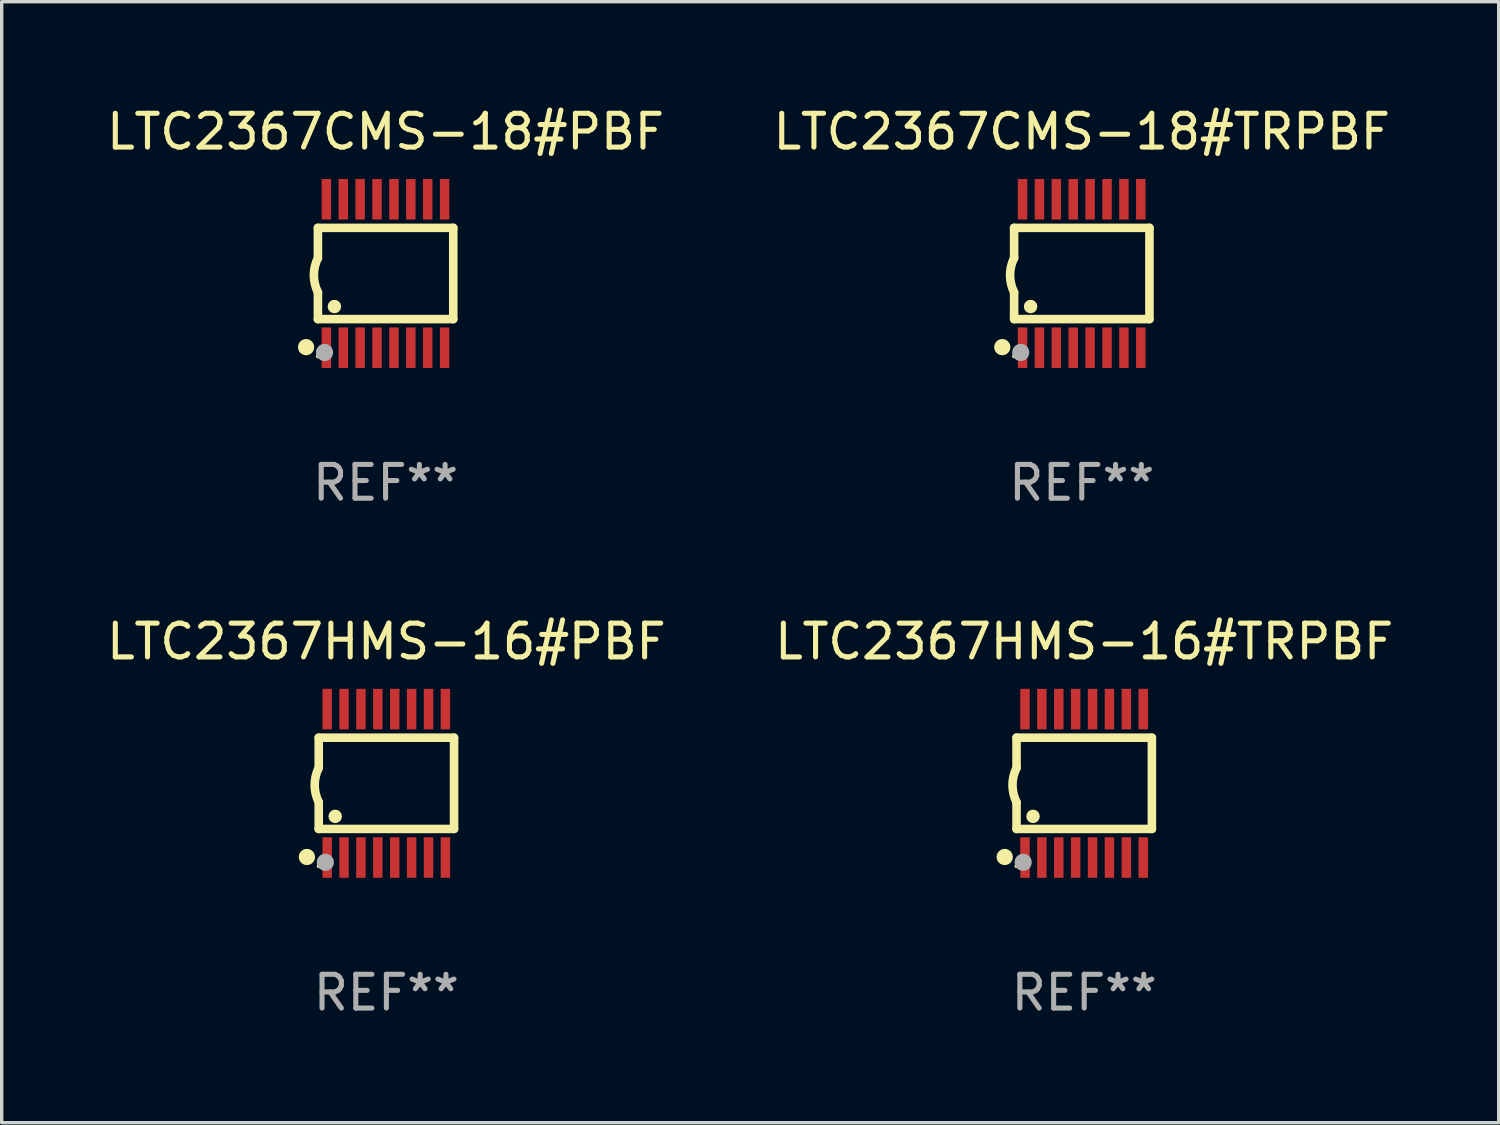
<source format=kicad_pcb>
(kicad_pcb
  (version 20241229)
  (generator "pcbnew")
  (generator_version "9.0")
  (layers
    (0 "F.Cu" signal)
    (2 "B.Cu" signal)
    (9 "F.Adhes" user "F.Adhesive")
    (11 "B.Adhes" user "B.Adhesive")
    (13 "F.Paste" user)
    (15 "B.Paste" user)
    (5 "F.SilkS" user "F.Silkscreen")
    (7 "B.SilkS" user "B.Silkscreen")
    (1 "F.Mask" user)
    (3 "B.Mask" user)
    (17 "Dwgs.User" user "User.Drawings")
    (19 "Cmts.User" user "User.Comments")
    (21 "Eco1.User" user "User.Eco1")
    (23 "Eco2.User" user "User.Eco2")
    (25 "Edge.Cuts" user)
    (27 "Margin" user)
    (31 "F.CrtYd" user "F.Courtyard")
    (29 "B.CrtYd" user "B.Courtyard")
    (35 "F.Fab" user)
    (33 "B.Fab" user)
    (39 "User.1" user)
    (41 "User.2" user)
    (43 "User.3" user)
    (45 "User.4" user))
  (footprint "LTC2367HMS-16#TRPBF"
    (layer "F.Cu")
    (at 29.042 20.136)
    (property "Reference" "LTC2367HMS-16#TRPBF" (at 0 -4.197 0) (layer "F.SilkS") (effects (font (size 1 1) (thickness 0.15))))
    (attr through_hole)
    (fp_line (start -2.003 -1.35) (end -2.003 -0.457) (stroke (width 0.254) (type solid)) (layer "F.SilkS"))
    (fp_line (start -2.003 -1.35) (end 2.003 -1.35) (stroke (width 0.254) (type solid)) (layer "F.SilkS"))
    (fp_line (start -2.003 1.35) (end -2.003 0.559) (stroke (width 0.254) (type solid)) (layer "F.SilkS"))
    (fp_line (start -2.003 1.35) (end 2.003 1.35) (stroke (width 0.254) (type solid)) (layer "F.SilkS"))
    (fp_line (start 2.003 -1.35) (end 2.003 1.35) (stroke (width 0.254) (type solid)) (layer "F.SilkS"))
    (fp_arc (start -2.002286 0.558802) (mid -2.122556 0.05092) (end -2.003302 -0.457201) (stroke (width 0.254001) (type solid)) (layer "F.SilkS"))
    (fp_circle (center -2.353 2.18) (end -2.233 2.18) (stroke (width 0.24) (type solid)) (fill no) (layer "F.SilkS"))
    (fp_circle (center -2.003 2.45) (end -1.973 2.45) (stroke (width 0.06) (type solid)) (fill no) (layer "F.SilkS"))
    (fp_circle (center -1.515 0.978) (end -1.415 0.978) (stroke (width 0.2) (type solid)) (fill no) (layer "F.SilkS"))
    (fp_circle (center -1.807 2.337) (end -1.68 2.337) (stroke (width 0.254) (type solid)) (fill no) (layer "F.Fab"))
    (fp_text user "REF**" (at 0 6.197 0) (layer "F.Fab") (effects (font (size 1 1) (thickness 0.15))))
    (pad "1" smd rect (at -1.753 2.197 90) (size 1.2 0.28) (layers "F.Cu" "F.Mask" "F.Paste"))
    (pad "2" smd rect (at -1.253 2.197 90) (size 1.2 0.28) (layers "F.Cu" "F.Mask" "F.Paste"))
    (pad "3" smd rect (at -0.753 2.197 90) (size 1.2 0.28) (layers "F.Cu" "F.Mask" "F.Paste"))
    (pad "4" smd rect (at -0.253 2.197 90) (size 1.2 0.28) (layers "F.Cu" "F.Mask" "F.Paste"))
    (pad "5" smd rect (at 0.247 2.197 90) (size 1.2 0.28) (layers "F.Cu" "F.Mask" "F.Paste"))
    (pad "6" smd rect (at 0.747 2.197 90) (size 1.2 0.28) (layers "F.Cu" "F.Mask" "F.Paste"))
    (pad "7" smd rect (at 1.247 2.197 90) (size 1.2 0.28) (layers "F.Cu" "F.Mask" "F.Paste"))
    (pad "8" smd rect (at 1.747 2.197 90) (size 1.2 0.28) (layers "F.Cu" "F.Mask" "F.Paste"))
    (pad "9" smd rect (at 1.747 -2.197 90) (size 1.2 0.28) (layers "F.Cu" "F.Mask" "F.Paste"))
    (pad "10" smd rect (at 1.247 -2.197 90) (size 1.2 0.28) (layers "F.Cu" "F.Mask" "F.Paste"))
    (pad "11" smd rect (at 0.747 -2.197 90) (size 1.2 0.28) (layers "F.Cu" "F.Mask" "F.Paste"))
    (pad "12" smd rect (at 0.247 -2.197 90) (size 1.2 0.28) (layers "F.Cu" "F.Mask" "F.Paste"))
    (pad "13" smd rect (at -0.253 -2.197 90) (size 1.2 0.28) (layers "F.Cu" "F.Mask" "F.Paste"))
    (pad "14" smd rect (at -0.753 -2.197 90) (size 1.2 0.28) (layers "F.Cu" "F.Mask" "F.Paste"))
    (pad "15" smd rect (at -1.253 -2.197 90) (size 1.2 0.28) (layers "F.Cu" "F.Mask" "F.Paste"))
    (pad "16" smd rect (at -1.753 -2.197 90) (size 1.2 0.28) (layers "F.Cu" "F.Mask" "F.Paste")))
  (footprint "LTC2367CMS-18#TRPBF"
    (layer "F.Cu")
    (at 28.97 5.045)
    (property "Reference" "LTC2367CMS-18#TRPBF" (at 0 -4.197 0) (layer "F.SilkS") (effects (font (size 1 1) (thickness 0.15))))
    (attr through_hole)
    (fp_line (start -2.003 -1.35) (end -2.003 -0.457) (stroke (width 0.254) (type solid)) (layer "F.SilkS"))
    (fp_line (start -2.003 -1.35) (end 2.003 -1.35) (stroke (width 0.254) (type solid)) (layer "F.SilkS"))
    (fp_line (start -2.003 1.35) (end -2.003 0.559) (stroke (width 0.254) (type solid)) (layer "F.SilkS"))
    (fp_line (start -2.003 1.35) (end 2.003 1.35) (stroke (width 0.254) (type solid)) (layer "F.SilkS"))
    (fp_line (start 2.003 -1.35) (end 2.003 1.35) (stroke (width 0.254) (type solid)) (layer "F.SilkS"))
    (fp_arc (start -2.002286 0.558802) (mid -2.122556 0.05092) (end -2.003302 -0.457201) (stroke (width 0.254001) (type solid)) (layer "F.SilkS"))
    (fp_circle (center -2.353 2.18) (end -2.233 2.18) (stroke (width 0.24) (type solid)) (fill no) (layer "F.SilkS"))
    (fp_circle (center -2.003 2.45) (end -1.973 2.45) (stroke (width 0.06) (type solid)) (fill no) (layer "F.SilkS"))
    (fp_circle (center -1.515 0.978) (end -1.415 0.978) (stroke (width 0.2) (type solid)) (fill no) (layer "F.SilkS"))
    (fp_circle (center -1.807 2.337) (end -1.68 2.337) (stroke (width 0.254) (type solid)) (fill no) (layer "F.Fab"))
    (fp_text user "REF**" (at 0 6.197 0) (layer "F.Fab") (effects (font (size 1 1) (thickness 0.15))))
    (pad "1" smd rect (at -1.753 2.197 90) (size 1.2 0.28) (layers "F.Cu" "F.Mask" "F.Paste"))
    (pad "2" smd rect (at -1.253 2.197 90) (size 1.2 0.28) (layers "F.Cu" "F.Mask" "F.Paste"))
    (pad "3" smd rect (at -0.753 2.197 90) (size 1.2 0.28) (layers "F.Cu" "F.Mask" "F.Paste"))
    (pad "4" smd rect (at -0.253 2.197 90) (size 1.2 0.28) (layers "F.Cu" "F.Mask" "F.Paste"))
    (pad "5" smd rect (at 0.247 2.197 90) (size 1.2 0.28) (layers "F.Cu" "F.Mask" "F.Paste"))
    (pad "6" smd rect (at 0.747 2.197 90) (size 1.2 0.28) (layers "F.Cu" "F.Mask" "F.Paste"))
    (pad "7" smd rect (at 1.247 2.197 90) (size 1.2 0.28) (layers "F.Cu" "F.Mask" "F.Paste"))
    (pad "8" smd rect (at 1.747 2.197 90) (size 1.2 0.28) (layers "F.Cu" "F.Mask" "F.Paste"))
    (pad "9" smd rect (at 1.747 -2.197 90) (size 1.2 0.28) (layers "F.Cu" "F.Mask" "F.Paste"))
    (pad "10" smd rect (at 1.247 -2.197 90) (size 1.2 0.28) (layers "F.Cu" "F.Mask" "F.Paste"))
    (pad "11" smd rect (at 0.747 -2.197 90) (size 1.2 0.28) (layers "F.Cu" "F.Mask" "F.Paste"))
    (pad "12" smd rect (at 0.247 -2.197 90) (size 1.2 0.28) (layers "F.Cu" "F.Mask" "F.Paste"))
    (pad "13" smd rect (at -0.253 -2.197 90) (size 1.2 0.28) (layers "F.Cu" "F.Mask" "F.Paste"))
    (pad "14" smd rect (at -0.753 -2.197 90) (size 1.2 0.28) (layers "F.Cu" "F.Mask" "F.Paste"))
    (pad "15" smd rect (at -1.253 -2.197 90) (size 1.2 0.28) (layers "F.Cu" "F.Mask" "F.Paste"))
    (pad "16" smd rect (at -1.753 -2.197 90) (size 1.2 0.28) (layers "F.Cu" "F.Mask" "F.Paste")))
  (footprint "LTC2367HMS-16#PBF"
    (layer "F.Cu")
    (at 8.387 20.136)
    (property "Reference" "LTC2367HMS-16#PBF" (at 0 -4.197 0) (layer "F.SilkS") (effects (font (size 1 1) (thickness 0.15))))
    (attr through_hole)
    (fp_line (start -2.003 -1.35) (end -2.003 -0.457) (stroke (width 0.254) (type solid)) (layer "F.SilkS"))
    (fp_line (start -2.003 -1.35) (end 2.003 -1.35) (stroke (width 0.254) (type solid)) (layer "F.SilkS"))
    (fp_line (start -2.003 1.35) (end -2.003 0.559) (stroke (width 0.254) (type solid)) (layer "F.SilkS"))
    (fp_line (start -2.003 1.35) (end 2.003 1.35) (stroke (width 0.254) (type solid)) (layer "F.SilkS"))
    (fp_line (start 2.003 -1.35) (end 2.003 1.35) (stroke (width 0.254) (type solid)) (layer "F.SilkS"))
    (fp_arc (start -2.002286 0.558802) (mid -2.122556 0.05092) (end -2.003302 -0.457201) (stroke (width 0.254001) (type solid)) (layer "F.SilkS"))
    (fp_circle (center -2.353 2.18) (end -2.233 2.18) (stroke (width 0.24) (type solid)) (fill no) (layer "F.SilkS"))
    (fp_circle (center -2.003 2.45) (end -1.973 2.45) (stroke (width 0.06) (type solid)) (fill no) (layer "F.SilkS"))
    (fp_circle (center -1.515 0.978) (end -1.415 0.978) (stroke (width 0.2) (type solid)) (fill no) (layer "F.SilkS"))
    (fp_circle (center -1.807 2.337) (end -1.68 2.337) (stroke (width 0.254) (type solid)) (fill no) (layer "F.Fab"))
    (fp_text user "REF**" (at 0 6.197 0) (layer "F.Fab") (effects (font (size 1 1) (thickness 0.15))))
    (pad "1" smd rect (at -1.753 2.197 90) (size 1.2 0.28) (layers "F.Cu" "F.Mask" "F.Paste"))
    (pad "2" smd rect (at -1.253 2.197 90) (size 1.2 0.28) (layers "F.Cu" "F.Mask" "F.Paste"))
    (pad "3" smd rect (at -0.753 2.197 90) (size 1.2 0.28) (layers "F.Cu" "F.Mask" "F.Paste"))
    (pad "4" smd rect (at -0.253 2.197 90) (size 1.2 0.28) (layers "F.Cu" "F.Mask" "F.Paste"))
    (pad "5" smd rect (at 0.247 2.197 90) (size 1.2 0.28) (layers "F.Cu" "F.Mask" "F.Paste"))
    (pad "6" smd rect (at 0.747 2.197 90) (size 1.2 0.28) (layers "F.Cu" "F.Mask" "F.Paste"))
    (pad "7" smd rect (at 1.247 2.197 90) (size 1.2 0.28) (layers "F.Cu" "F.Mask" "F.Paste"))
    (pad "8" smd rect (at 1.747 2.197 90) (size 1.2 0.28) (layers "F.Cu" "F.Mask" "F.Paste"))
    (pad "9" smd rect (at 1.747 -2.197 90) (size 1.2 0.28) (layers "F.Cu" "F.Mask" "F.Paste"))
    (pad "10" smd rect (at 1.247 -2.197 90) (size 1.2 0.28) (layers "F.Cu" "F.Mask" "F.Paste"))
    (pad "11" smd rect (at 0.747 -2.197 90) (size 1.2 0.28) (layers "F.Cu" "F.Mask" "F.Paste"))
    (pad "12" smd rect (at 0.247 -2.197 90) (size 1.2 0.28) (layers "F.Cu" "F.Mask" "F.Paste"))
    (pad "13" smd rect (at -0.253 -2.197 90) (size 1.2 0.28) (layers "F.Cu" "F.Mask" "F.Paste"))
    (pad "14" smd rect (at -0.753 -2.197 90) (size 1.2 0.28) (layers "F.Cu" "F.Mask" "F.Paste"))
    (pad "15" smd rect (at -1.253 -2.197 90) (size 1.2 0.28) (layers "F.Cu" "F.Mask" "F.Paste"))
    (pad "16" smd rect (at -1.753 -2.197 90) (size 1.2 0.28) (layers "F.Cu" "F.Mask" "F.Paste")))
  (footprint "LTC2367CMS-18#PBF"
    (layer "F.Cu")
    (at 8.363 5.045)
    (property "Reference" "LTC2367CMS-18#PBF" (at 0 -4.197 0) (layer "F.SilkS") (effects (font (size 1 1) (thickness 0.15))))
    (attr through_hole)
    (fp_line (start -2.003 -1.35) (end -2.003 -0.457) (stroke (width 0.254) (type solid)) (layer "F.SilkS"))
    (fp_line (start -2.003 -1.35) (end 2.003 -1.35) (stroke (width 0.254) (type solid)) (layer "F.SilkS"))
    (fp_line (start -2.003 1.35) (end -2.003 0.559) (stroke (width 0.254) (type solid)) (layer "F.SilkS"))
    (fp_line (start -2.003 1.35) (end 2.003 1.35) (stroke (width 0.254) (type solid)) (layer "F.SilkS"))
    (fp_line (start 2.003 -1.35) (end 2.003 1.35) (stroke (width 0.254) (type solid)) (layer "F.SilkS"))
    (fp_arc (start -2.002286 0.558802) (mid -2.122556 0.05092) (end -2.003302 -0.457201) (stroke (width 0.254001) (type solid)) (layer "F.SilkS"))
    (fp_circle (center -2.353 2.18) (end -2.233 2.18) (stroke (width 0.24) (type solid)) (fill no) (layer "F.SilkS"))
    (fp_circle (center -2.003 2.45) (end -1.973 2.45) (stroke (width 0.06) (type solid)) (fill no) (layer "F.SilkS"))
    (fp_circle (center -1.515 0.978) (end -1.415 0.978) (stroke (width 0.2) (type solid)) (fill no) (layer "F.SilkS"))
    (fp_circle (center -1.807 2.337) (end -1.68 2.337) (stroke (width 0.254) (type solid)) (fill no) (layer "F.Fab"))
    (fp_text user "REF**" (at 0 6.197 0) (layer "F.Fab") (effects (font (size 1 1) (thickness 0.15))))
    (pad "1" smd rect (at -1.753 2.197 90) (size 1.2 0.28) (layers "F.Cu" "F.Mask" "F.Paste"))
    (pad "2" smd rect (at -1.253 2.197 90) (size 1.2 0.28) (layers "F.Cu" "F.Mask" "F.Paste"))
    (pad "3" smd rect (at -0.753 2.197 90) (size 1.2 0.28) (layers "F.Cu" "F.Mask" "F.Paste"))
    (pad "4" smd rect (at -0.253 2.197 90) (size 1.2 0.28) (layers "F.Cu" "F.Mask" "F.Paste"))
    (pad "5" smd rect (at 0.247 2.197 90) (size 1.2 0.28) (layers "F.Cu" "F.Mask" "F.Paste"))
    (pad "6" smd rect (at 0.747 2.197 90) (size 1.2 0.28) (layers "F.Cu" "F.Mask" "F.Paste"))
    (pad "7" smd rect (at 1.247 2.197 90) (size 1.2 0.28) (layers "F.Cu" "F.Mask" "F.Paste"))
    (pad "8" smd rect (at 1.747 2.197 90) (size 1.2 0.28) (layers "F.Cu" "F.Mask" "F.Paste"))
    (pad "9" smd rect (at 1.747 -2.197 90) (size 1.2 0.28) (layers "F.Cu" "F.Mask" "F.Paste"))
    (pad "10" smd rect (at 1.247 -2.197 90) (size 1.2 0.28) (layers "F.Cu" "F.Mask" "F.Paste"))
    (pad "11" smd rect (at 0.747 -2.197 90) (size 1.2 0.28) (layers "F.Cu" "F.Mask" "F.Paste"))
    (pad "12" smd rect (at 0.247 -2.197 90) (size 1.2 0.28) (layers "F.Cu" "F.Mask" "F.Paste"))
    (pad "13" smd rect (at -0.253 -2.197 90) (size 1.2 0.28) (layers "F.Cu" "F.Mask" "F.Paste"))
    (pad "14" smd rect (at -0.753 -2.197 90) (size 1.2 0.28) (layers "F.Cu" "F.Mask" "F.Paste"))
    (pad "15" smd rect (at -1.253 -2.197 90) (size 1.2 0.28) (layers "F.Cu" "F.Mask" "F.Paste"))
    (pad "16" smd rect (at -1.753 -2.197 90) (size 1.2 0.28) (layers "F.Cu" "F.Mask" "F.Paste")))
  (gr_rect
    (start -3 -3)
    (end 41.31 30.181)
    (stroke (width 0.1) (type default))
    (fill no)
    (layer "Edge.Cuts")))
</source>
